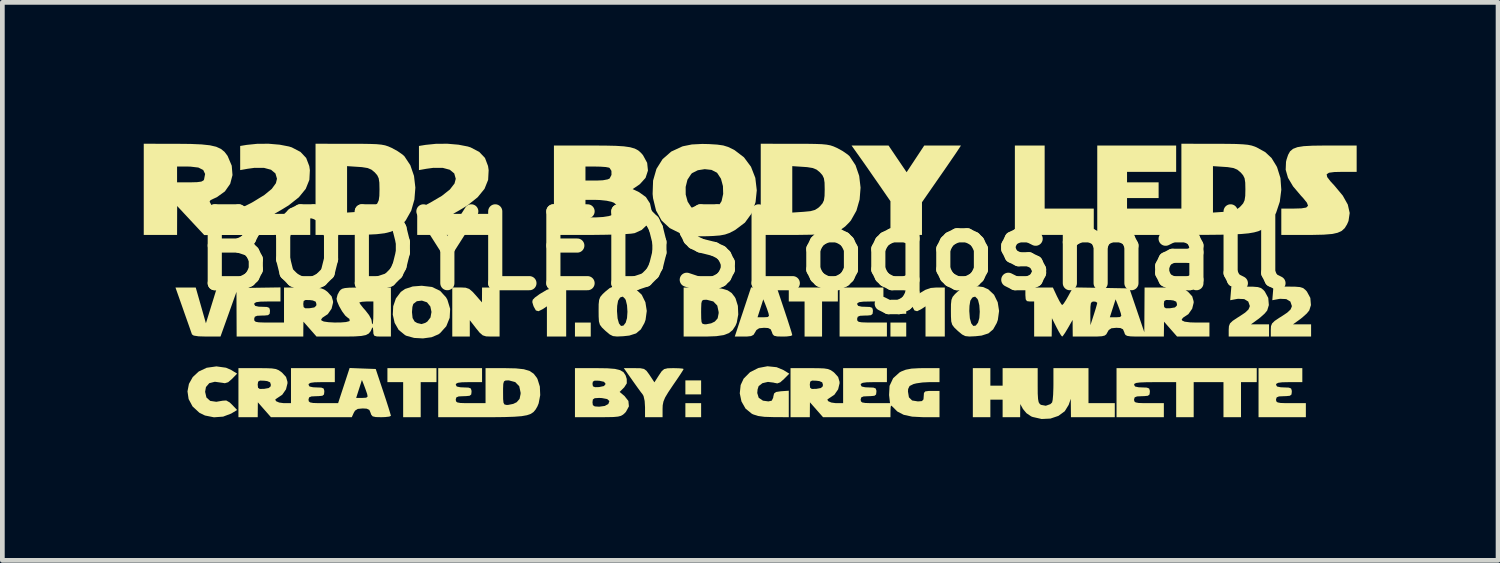
<source format=kicad_pcb>
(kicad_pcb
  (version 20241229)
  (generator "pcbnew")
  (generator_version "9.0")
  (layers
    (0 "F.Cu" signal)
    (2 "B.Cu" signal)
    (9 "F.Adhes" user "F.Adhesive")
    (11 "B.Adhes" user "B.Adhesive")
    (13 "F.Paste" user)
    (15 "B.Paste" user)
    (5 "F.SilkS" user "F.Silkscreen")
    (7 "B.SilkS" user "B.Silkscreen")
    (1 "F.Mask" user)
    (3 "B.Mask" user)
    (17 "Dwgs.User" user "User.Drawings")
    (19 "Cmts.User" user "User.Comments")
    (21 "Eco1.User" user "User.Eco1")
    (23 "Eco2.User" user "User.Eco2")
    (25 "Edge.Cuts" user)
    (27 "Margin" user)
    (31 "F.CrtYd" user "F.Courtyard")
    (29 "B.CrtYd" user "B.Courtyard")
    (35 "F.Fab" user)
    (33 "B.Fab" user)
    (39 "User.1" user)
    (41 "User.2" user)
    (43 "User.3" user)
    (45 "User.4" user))
  (footprint "BODYLEDSLogosmall"
    (layer "F.Cu")
    (at 12.719 2.269)
    (property "Reference" "BODYLEDSLogosmall" (at 0 0 0) (layer "F.SilkS") (effects (font (size 1.524 1.524) (thickness 0.3))))
    (attr board_only exclude_from_pos_files exclude_from_bom)
    (fp_poly (pts (xy -3.235 1.822) (xy -3.57 1.822) (xy -3.57 1.525) (xy -3.235 1.525)) (stroke (width 0) (type solid)) (fill yes) (layer "F.SilkS"))
    (fp_poly (pts (xy -0.893 3.049) (xy -1.227 3.049) (xy -1.227 2.752) (xy -0.893 2.752)) (stroke (width 0) (type solid)) (fill yes) (layer "F.SilkS"))
    (fp_poly (pts (xy -0.893 3.533) (xy -1.227 3.533) (xy -1.227 3.235) (xy -0.893 3.235)) (stroke (width 0) (type solid)) (fill yes) (layer "F.SilkS"))
    (fp_poly (pts (xy 3.459 1.339) (xy 3.124 1.339) (xy 3.124 1.041) (xy 3.459 1.041)) (stroke (width 0) (type solid)) (fill yes) (layer "F.SilkS"))
    (fp_poly (pts (xy 3.459 1.822) (xy 3.124 1.822) (xy 3.124 1.525) (xy 3.459 1.525)) (stroke (width 0) (type solid)) (fill yes) (layer "F.SilkS"))
    (fp_poly (pts (xy 6.396 -0.893) (xy 7.438 -0.893) (xy 7.438 -0.335) (xy 5.764 -0.335) (xy 5.764 -2.231) (xy 6.396 -2.231)) (stroke (width 0) (type solid)) (fill yes) (layer "F.SilkS"))
    (fp_poly (pts (xy -6.508 2.789) (xy -6.843 2.789) (xy -6.843 3.533) (xy -7.215 3.533) (xy -7.215 2.789) (xy -7.549 2.789) (xy -7.549 2.492) (xy -6.508 2.492)) (stroke (width 0) (type solid)) (fill yes) (layer "F.SilkS"))
    (fp_poly (pts (xy 2.008 1.078) (xy 1.673 1.078) (xy 1.673 1.822) (xy 1.302 1.822) (xy 1.302 1.078) (xy 0.967 1.078) (xy 0.967 0.781) (xy 2.008 0.781)) (stroke (width 0) (type solid)) (fill yes) (layer "F.SilkS"))
    (fp_poly (pts (xy -3.756 1.822) (xy -4.165 1.822) (xy -4.165 1.181) (xy -4.259 1.243) (xy -4.343 1.284) (xy -4.399 1.268) (xy -4.444 1.188) (xy -4.457 1.153) (xy -4.475 1.089) (xy -4.466 1.042) (xy -4.42 0.994) (xy -4.325 0.925) (xy -4.303 0.911) (xy -4.169 0.831) (xy -4.055 0.791) (xy -3.933 0.781) (xy -3.756 0.781)) (stroke (width 0) (type solid)) (fill yes) (layer "F.SilkS"))
    (fp_poly (pts (xy 4.277 1.822) (xy 3.868 1.822) (xy 3.868 1.181) (xy 3.774 1.243) (xy 3.69 1.284) (xy 3.634 1.268) (xy 3.589 1.188) (xy 3.576 1.153) (xy 3.558 1.089) (xy 3.566 1.042) (xy 3.613 0.994) (xy 3.708 0.925) (xy 3.73 0.911) (xy 3.864 0.831) (xy 3.978 0.791) (xy 4.1 0.781) (xy 4.277 0.781)) (stroke (width 0) (type solid)) (fill yes) (layer "F.SilkS"))
    (fp_poly (pts (xy -5.89 0.785) (xy -5.814 0.811) (xy -5.742 0.872) (xy -5.682 0.938) (xy -5.543 1.097) (xy -5.542 0.939) (xy -5.541 0.781) (xy -5.169 0.781) (xy -5.169 1.822) (xy -5.35 1.822) (xy -5.456 1.818) (xy -5.527 1.796) (xy -5.591 1.741) (xy -5.666 1.649) (xy -5.801 1.475) (xy -5.801 1.822) (xy -6.173 1.822) (xy -6.173 0.781) (xy -5.997 0.78)) (stroke (width 0) (type solid)) (fill yes) (layer "F.SilkS"))
    (fp_poly (pts (xy 3.275 -1.948) (xy 3.467 -1.665) (xy 3.654 -1.948) (xy 3.841 -2.231) (xy 4.62 -2.231) (xy 4.553 -2.129) (xy 4.51 -2.064) (xy 4.432 -1.951) (xy 4.331 -1.803) (xy 4.213 -1.633) (xy 4.14 -1.528) (xy 3.793 -1.028) (xy 3.793 -0.335) (xy 3.124 -0.335) (xy 3.124 -1.05) (xy 2.877 -1.408) (xy 2.757 -1.58) (xy 2.634 -1.758) (xy 2.523 -1.916) (xy 2.464 -1.999) (xy 2.299 -2.231) (xy 3.084 -2.231)) (stroke (width 0) (type solid)) (fill yes) (layer "F.SilkS"))
    (fp_poly (pts (xy 2.975 1.078) (xy 2.696 1.078) (xy 2.549 1.081) (xy 2.463 1.092) (xy 2.424 1.113) (xy 2.417 1.134) (xy 2.439 1.171) (xy 2.514 1.188) (xy 2.585 1.19) (xy 2.688 1.194) (xy 2.737 1.213) (xy 2.751 1.258) (xy 2.752 1.283) (xy 2.745 1.34) (xy 2.711 1.368) (xy 2.63 1.376) (xy 2.585 1.376) (xy 2.48 1.381) (xy 2.431 1.401) (xy 2.417 1.445) (xy 2.417 1.45) (xy 2.423 1.487) (xy 2.451 1.509) (xy 2.514 1.52) (xy 2.628 1.524) (xy 2.733 1.525) (xy 3.049 1.525) (xy 3.049 1.822) (xy 2.045 1.822) (xy 2.045 0.781) (xy 2.975 0.781)) (stroke (width 0) (type solid)) (fill yes) (layer "F.SilkS"))
    (fp_poly (pts (xy 11.863 2.789) (xy 11.584 2.789) (xy 11.437 2.792) (xy 11.351 2.803) (xy 11.312 2.824) (xy 11.305 2.845) (xy 11.327 2.882) (xy 11.402 2.898) (xy 11.473 2.901) (xy 11.576 2.905) (xy 11.625 2.924) (xy 11.639 2.969) (xy 11.64 2.994) (xy 11.633 3.051) (xy 11.599 3.078) (xy 11.518 3.086) (xy 11.473 3.087) (xy 11.368 3.092) (xy 11.319 3.112) (xy 11.305 3.156) (xy 11.305 3.161) (xy 11.311 3.197) (xy 11.339 3.219) (xy 11.402 3.231) (xy 11.516 3.235) (xy 11.622 3.235) (xy 11.938 3.235) (xy 11.938 3.533) (xy 10.934 3.533) (xy 10.934 2.492) (xy 11.863 2.492)) (stroke (width 0) (type solid)) (fill yes) (layer "F.SilkS"))
    (fp_poly (pts (xy -10.973 2.483) (xy -10.864 2.531) (xy -10.738 2.608) (xy -10.845 2.719) (xy -10.928 2.791) (xy -10.998 2.812) (xy -11.045 2.804) (xy -11.21 2.781) (xy -11.329 2.811) (xy -11.399 2.893) (xy -11.417 2.994) (xy -11.389 3.115) (xy -11.309 3.187) (xy -11.18 3.206) (xy -11.045 3.183) (xy -10.969 3.178) (xy -10.896 3.219) (xy -10.845 3.268) (xy -10.738 3.38) (xy -10.864 3.456) (xy -11.035 3.521) (xy -11.23 3.535) (xy -11.42 3.497) (xy -11.538 3.439) (xy -11.684 3.304) (xy -11.767 3.148) (xy -11.791 2.985) (xy -11.76 2.825) (xy -11.679 2.681) (xy -11.552 2.563) (xy -11.384 2.484) (xy -11.178 2.455) (xy -11.176 2.455)) (stroke (width 0) (type solid)) (fill yes) (layer "F.SilkS"))
    (fp_poly (pts (xy 10.821 0.764) (xy 10.92 0.772) (xy 10.984 0.792) (xy 11.033 0.829) (xy 11.067 0.867) (xy 11.14 1.002) (xy 11.153 1.154) (xy 11.118 1.268) (xy 11.065 1.333) (xy 10.976 1.413) (xy 10.926 1.452) (xy 10.774 1.562) (xy 11.157 1.562) (xy 11.157 1.822) (xy 10.301 1.822) (xy 10.301 1.679) (xy 10.306 1.601) (xy 10.328 1.544) (xy 10.383 1.49) (xy 10.485 1.422) (xy 10.524 1.398) (xy 10.65 1.314) (xy 10.72 1.248) (xy 10.746 1.188) (xy 10.748 1.17) (xy 10.716 1.079) (xy 10.63 1.027) (xy 10.499 1.021) (xy 10.466 1.026) (xy 10.333 1.051) (xy 10.345 0.906) (xy 10.357 0.762) (xy 10.667 0.762)) (stroke (width 0) (type solid)) (fill yes) (layer "F.SilkS"))
    (fp_poly (pts (xy 11.714 0.764) (xy 11.813 0.772) (xy 11.877 0.792) (xy 11.925 0.829) (xy 11.96 0.867) (xy 12.033 1.002) (xy 12.046 1.154) (xy 12.01 1.268) (xy 11.957 1.333) (xy 11.868 1.413) (xy 11.819 1.452) (xy 11.666 1.562) (xy 12.049 1.562) (xy 12.049 1.822) (xy 11.194 1.822) (xy 11.194 1.679) (xy 11.198 1.601) (xy 11.221 1.544) (xy 11.276 1.49) (xy 11.377 1.422) (xy 11.417 1.398) (xy 11.543 1.314) (xy 11.613 1.248) (xy 11.639 1.188) (xy 11.64 1.17) (xy 11.609 1.079) (xy 11.522 1.027) (xy 11.392 1.021) (xy 11.358 1.026) (xy 11.226 1.051) (xy 11.238 0.906) (xy 11.25 0.762) (xy 11.56 0.762)) (stroke (width 0) (type solid)) (fill yes) (layer "F.SilkS"))
    (fp_poly (pts (xy -6.041 -2.249) (xy -5.845 -2.211) (xy -5.785 -2.192) (xy -5.601 -2.096) (xy -5.479 -1.968) (xy -5.414 -1.796) (xy -5.401 -1.708) (xy -5.412 -1.503) (xy -5.489 -1.312) (xy -5.635 -1.133) (xy -5.85 -0.962) (xy -5.992 -0.875) (xy -6.155 -0.782) (xy -5.774 -0.781) (xy -5.392 -0.781) (xy -5.392 -0.335) (xy -6.917 -0.335) (xy -6.917 -0.604) (xy -6.916 -0.874) (xy -6.635 -1.022) (xy -6.393 -1.164) (xy -6.223 -1.299) (xy -6.125 -1.426) (xy -6.099 -1.526) (xy -6.131 -1.639) (xy -6.225 -1.717) (xy -6.374 -1.757) (xy -6.574 -1.758) (xy -6.722 -1.738) (xy -6.88 -1.71) (xy -6.88 -2.222) (xy -6.74 -2.245) (xy -6.515 -2.268) (xy -6.273 -2.269)) (stroke (width 0) (type solid)) (fill yes) (layer "F.SilkS"))
    (fp_poly (pts (xy -2.182 2.494) (xy -2.105 2.509) (xy -2.052 2.548) (xy -1.996 2.624) (xy -1.984 2.642) (xy -1.884 2.793) (xy -1.788 2.643) (xy -1.73 2.558) (xy -1.678 2.513) (xy -1.604 2.495) (xy -1.484 2.492) (xy -1.478 2.492) (xy -1.363 2.495) (xy -1.286 2.502) (xy -1.264 2.51) (xy -1.284 2.547) (xy -1.338 2.631) (xy -1.417 2.748) (xy -1.488 2.851) (xy -1.59 3.003) (xy -1.656 3.113) (xy -1.692 3.199) (xy -1.708 3.28) (xy -1.711 3.353) (xy -1.711 3.533) (xy -2.083 3.533) (xy -2.083 3.322) (xy -2.091 3.189) (xy -2.114 3.086) (xy -2.132 3.052) (xy -2.176 2.995) (xy -2.248 2.896) (xy -2.335 2.774) (xy -2.357 2.743) (xy -2.533 2.492) (xy -2.308 2.492)) (stroke (width 0) (type solid)) (fill yes) (layer "F.SilkS"))
    (fp_poly (pts (xy 0.709 2.472) (xy 0.852 2.532) (xy 0.978 2.609) (xy 0.865 2.723) (xy 0.786 2.793) (xy 0.724 2.816) (xy 0.652 2.802) (xy 0.645 2.799) (xy 0.524 2.784) (xy 0.408 2.811) (xy 0.328 2.873) (xy 0.327 2.875) (xy 0.305 2.944) (xy 0.298 3.02) (xy 0.329 3.121) (xy 0.419 3.182) (xy 0.534 3.198) (xy 0.606 3.182) (xy 0.636 3.119) (xy 0.639 3.096) (xy 0.655 3.03) (xy 0.697 2.998) (xy 0.789 2.984) (xy 0.809 2.982) (xy 0.967 2.971) (xy 0.967 3.533) (xy 0.642 3.531) (xy 0.451 3.525) (xy 0.315 3.507) (xy 0.21 3.473) (xy 0.182 3.459) (xy 0.049 3.35) (xy -0.037 3.199) (xy -0.073 3.026) (xy -0.054 2.85) (xy 0.009 2.715) (xy 0.145 2.578) (xy 0.32 2.489) (xy 0.515 2.452)) (stroke (width 0) (type solid)) (fill yes) (layer "F.SilkS"))
    (fp_poly (pts (xy 0.443 0.789) (xy 0.719 0.8) (xy 0.88 1.282) (xy 0.939 1.46) (xy 0.988 1.613) (xy 1.024 1.727) (xy 1.04 1.788) (xy 1.041 1.793) (xy 1.008 1.809) (xy 0.921 1.82) (xy 0.837 1.822) (xy 0.719 1.819) (xy 0.654 1.804) (xy 0.623 1.769) (xy 0.61 1.729) (xy 0.583 1.668) (xy 0.528 1.641) (xy 0.441 1.636) (xy 0.338 1.646) (xy 0.28 1.684) (xy 0.254 1.729) (xy 0.219 1.785) (xy 0.167 1.812) (xy 0.073 1.822) (xy 0.016 1.822) (xy -0.179 1.822) (xy -0.044 1.413) (xy 0.304 1.413) (xy 0.434 1.413) (xy 0.519 1.408) (xy 0.547 1.383) (xy 0.537 1.33) (xy 0.504 1.231) (xy 0.469 1.139) (xy 0.426 1.032) (xy 0.365 1.223) (xy 0.304 1.413) (xy -0.044 1.413) (xy -0.006 1.3) (xy 0.167 0.778)) (stroke (width 0) (type solid)) (fill yes) (layer "F.SilkS"))
    (fp_poly (pts (xy 10.896 2.789) (xy 10.562 2.789) (xy 10.562 3.533) (xy 10.19 3.533) (xy 10.19 2.789) (xy 9.558 2.789) (xy 9.558 3.533) (xy 9.186 3.533) (xy 9.186 2.789) (xy 8.739 2.789) (xy 8.547 2.791) (xy 8.418 2.796) (xy 8.34 2.806) (xy 8.302 2.823) (xy 8.293 2.845) (xy 8.315 2.882) (xy 8.389 2.898) (xy 8.46 2.901) (xy 8.564 2.905) (xy 8.613 2.924) (xy 8.627 2.969) (xy 8.628 2.994) (xy 8.621 3.051) (xy 8.587 3.078) (xy 8.506 3.086) (xy 8.46 3.087) (xy 8.356 3.092) (xy 8.306 3.112) (xy 8.293 3.156) (xy 8.293 3.161) (xy 8.299 3.197) (xy 8.326 3.219) (xy 8.39 3.231) (xy 8.504 3.235) (xy 8.609 3.235) (xy 8.925 3.235) (xy 8.925 3.533) (xy 7.921 3.533) (xy 7.921 2.492) (xy 10.896 2.492)) (stroke (width 0) (type solid)) (fill yes) (layer "F.SilkS"))
    (fp_poly (pts (xy -0.623 0.786) (xy -0.453 0.805) (xy -0.33 0.841) (xy -0.243 0.9) (xy -0.178 0.985) (xy -0.162 1.014) (xy -0.113 1.171) (xy -0.105 1.354) (xy -0.137 1.528) (xy -0.164 1.592) (xy -0.224 1.684) (xy -0.304 1.749) (xy -0.416 1.791) (xy -0.573 1.814) (xy -0.787 1.822) (xy -0.853 1.822) (xy -1.264 1.822) (xy -1.264 1.302) (xy -0.893 1.302) (xy -0.891 1.438) (xy -0.884 1.515) (xy -0.863 1.551) (xy -0.823 1.561) (xy -0.789 1.562) (xy -0.679 1.541) (xy -0.603 1.504) (xy -0.542 1.435) (xy -0.521 1.327) (xy -0.521 1.302) (xy -0.55 1.165) (xy -0.634 1.077) (xy -0.77 1.042) (xy -0.789 1.041) (xy -0.843 1.044) (xy -0.874 1.063) (xy -0.888 1.115) (xy -0.892 1.216) (xy -0.893 1.302) (xy -1.264 1.302) (xy -1.264 0.781) (xy -0.853 0.781)) (stroke (width 0) (type solid)) (fill yes) (layer "F.SilkS"))
    (fp_poly (pts (xy -6.602 0.77) (xy -6.431 0.852) (xy -6.305 0.99) (xy -6.276 1.042) (xy -6.218 1.233) (xy -6.228 1.425) (xy -6.3 1.603) (xy -6.431 1.749) (xy -6.467 1.775) (xy -6.612 1.836) (xy -6.794 1.861) (xy -6.982 1.851) (xy -7.148 1.805) (xy -7.175 1.791) (xy -7.31 1.681) (xy -7.396 1.531) (xy -7.435 1.358) (xy -7.432 1.302) (xy -7.028 1.302) (xy -7.015 1.429) (xy -6.972 1.503) (xy -6.917 1.535) (xy -6.825 1.557) (xy -6.746 1.532) (xy -6.702 1.504) (xy -6.635 1.417) (xy -6.614 1.3) (xy -6.638 1.184) (xy -6.708 1.097) (xy -6.711 1.095) (xy -6.817 1.059) (xy -6.925 1.072) (xy -7 1.13) (xy -7.019 1.193) (xy -7.027 1.292) (xy -7.028 1.302) (xy -7.432 1.302) (xy -7.426 1.179) (xy -7.369 1.013) (xy -7.265 0.875) (xy -7.175 0.812) (xy -7.012 0.759) (xy -6.821 0.744)) (stroke (width 0) (type solid)) (fill yes) (layer "F.SilkS"))
    (fp_poly (pts (xy 5.244 2.864) (xy 5.504 2.864) (xy 5.504 2.492) (xy 6.248 2.492) (xy 6.248 2.862) (xy 6.249 3.034) (xy 6.256 3.147) (xy 6.269 3.215) (xy 6.293 3.253) (xy 6.319 3.271) (xy 6.42 3.29) (xy 6.517 3.256) (xy 6.554 3.22) (xy 6.566 3.167) (xy 6.576 3.058) (xy 6.581 2.914) (xy 6.582 2.836) (xy 6.582 2.492) (xy 7.326 2.492) (xy 7.326 3.235) (xy 7.884 3.235) (xy 7.884 3.533) (xy 6.954 3.533) (xy 6.95 3.142) (xy 6.906 3.271) (xy 6.822 3.407) (xy 6.688 3.505) (xy 6.519 3.562) (xy 6.332 3.571) (xy 6.142 3.528) (xy 6.111 3.516) (xy 6.01 3.448) (xy 5.936 3.359) (xy 5.879 3.254) (xy 5.877 3.393) (xy 5.876 3.533) (xy 5.504 3.533) (xy 5.504 3.161) (xy 5.244 3.161) (xy 5.244 3.533) (xy 4.872 3.533) (xy 4.872 2.492) (xy 5.244 2.492)) (stroke (width 0) (type solid)) (fill yes) (layer "F.SilkS"))
    (fp_poly (pts (xy 13.016 -1.673) (xy 12.728 -1.673) (xy 12.543 -1.669) (xy 12.428 -1.654) (xy 12.379 -1.621) (xy 12.391 -1.562) (xy 12.46 -1.472) (xy 12.545 -1.38) (xy 12.721 -1.169) (xy 12.828 -0.978) (xy 12.868 -0.8) (xy 12.843 -0.63) (xy 12.811 -0.557) (xy 12.762 -0.478) (xy 12.699 -0.42) (xy 12.611 -0.38) (xy 12.488 -0.354) (xy 12.317 -0.34) (xy 12.088 -0.335) (xy 11.977 -0.335) (xy 11.417 -0.335) (xy 11.417 -0.893) (xy 11.668 -0.893) (xy 11.842 -0.898) (xy 11.945 -0.915) (xy 11.984 -0.953) (xy 11.961 -1.017) (xy 11.882 -1.115) (xy 11.838 -1.162) (xy 11.667 -1.364) (xy 11.559 -1.546) (xy 11.51 -1.717) (xy 11.517 -1.886) (xy 11.528 -1.933) (xy 11.561 -2.033) (xy 11.603 -2.108) (xy 11.666 -2.161) (xy 11.76 -2.197) (xy 11.894 -2.218) (xy 12.081 -2.228) (xy 12.329 -2.231) (xy 12.389 -2.231) (xy 13.016 -2.231)) (stroke (width 0) (type solid)) (fill yes) (layer "F.SilkS"))
    (fp_poly (pts (xy -2.387 0.771) (xy -2.276 0.819) (xy -2.153 0.935) (xy -2.075 1.094) (xy -2.046 1.278) (xy -2.072 1.468) (xy -2.096 1.535) (xy -2.172 1.67) (xy -2.273 1.755) (xy -2.417 1.801) (xy -2.546 1.815) (xy -2.677 1.821) (xy -2.763 1.812) (xy -2.831 1.778) (xy -2.91 1.712) (xy -2.925 1.699) (xy -2.997 1.63) (xy -3.04 1.572) (xy -3.061 1.502) (xy -3.067 1.398) (xy -3.068 1.283) (xy -3.068 1.28) (xy -2.678 1.28) (xy -2.666 1.435) (xy -2.636 1.543) (xy -2.593 1.597) (xy -2.541 1.589) (xy -2.493 1.527) (xy -2.465 1.429) (xy -2.456 1.296) (xy -2.465 1.159) (xy -2.491 1.051) (xy -2.506 1.022) (xy -2.554 0.975) (xy -2.602 0.988) (xy -2.618 1.001) (xy -2.655 1.061) (xy -2.674 1.17) (xy -2.678 1.28) (xy -3.068 1.28) (xy -3.067 1.138) (xy -3.057 1.044) (xy -3.032 0.98) (xy -2.983 0.922) (xy -2.929 0.871) (xy -2.833 0.793) (xy -2.746 0.755) (xy -2.63 0.744) (xy -2.594 0.744)) (stroke (width 0) (type solid)) (fill yes) (layer "F.SilkS"))
    (fp_poly (pts (xy 5.088 0.771) (xy 5.199 0.819) (xy 5.322 0.935) (xy 5.4 1.094) (xy 5.429 1.278) (xy 5.403 1.468) (xy 5.379 1.535) (xy 5.303 1.67) (xy 5.202 1.755) (xy 5.058 1.801) (xy 4.929 1.815) (xy 4.798 1.821) (xy 4.712 1.812) (xy 4.644 1.778) (xy 4.565 1.712) (xy 4.55 1.699) (xy 4.478 1.63) (xy 4.435 1.572) (xy 4.414 1.502) (xy 4.408 1.398) (xy 4.407 1.283) (xy 4.407 1.28) (xy 4.797 1.28) (xy 4.809 1.435) (xy 4.839 1.543) (xy 4.882 1.597) (xy 4.934 1.589) (xy 4.982 1.527) (xy 5.01 1.429) (xy 5.019 1.296) (xy 5.01 1.159) (xy 4.984 1.051) (xy 4.969 1.022) (xy 4.921 0.975) (xy 4.873 0.988) (xy 4.857 1.001) (xy 4.819 1.061) (xy 4.801 1.17) (xy 4.797 1.28) (xy 4.407 1.28) (xy 4.408 1.138) (xy 4.418 1.044) (xy 4.443 0.98) (xy 4.492 0.922) (xy 4.546 0.871) (xy 4.642 0.793) (xy 4.729 0.755) (xy 4.845 0.744) (xy 4.88 0.744)) (stroke (width 0) (type solid)) (fill yes) (layer "F.SilkS"))
    (fp_poly (pts (xy -8.358 -2.268) (xy -8.108 -2.268) (xy -7.919 -2.265) (xy -7.78 -2.26) (xy -7.677 -2.25) (xy -7.598 -2.235) (xy -7.531 -2.213) (xy -7.463 -2.183) (xy -7.456 -2.18) (xy -7.334 -2.113) (xy -7.229 -2.04) (xy -7.189 -2.004) (xy -7.063 -1.814) (xy -6.985 -1.587) (xy -6.956 -1.338) (xy -6.976 -1.086) (xy -7.044 -0.849) (xy -7.16 -0.643) (xy -7.2 -0.596) (xy -7.283 -0.513) (xy -7.371 -0.45) (xy -7.475 -0.403) (xy -7.607 -0.37) (xy -7.776 -0.35) (xy -7.995 -0.339) (xy -8.273 -0.335) (xy -8.374 -0.335) (xy -9.074 -0.335) (xy -9.074 -1.794) (xy -8.405 -1.794) (xy -8.405 -0.809) (xy -8.162 -0.825) (xy -8.018 -0.839) (xy -7.923 -0.865) (xy -7.85 -0.912) (xy -7.818 -0.942) (xy -7.763 -1.004) (xy -7.733 -1.07) (xy -7.72 -1.163) (xy -7.717 -1.302) (xy -7.72 -1.444) (xy -7.734 -1.536) (xy -7.765 -1.601) (xy -7.818 -1.662) (xy -7.889 -1.72) (xy -7.971 -1.754) (xy -8.09 -1.773) (xy -8.162 -1.778) (xy -8.405 -1.794) (xy -9.074 -1.794) (xy -9.074 -2.269)) (stroke (width 0) (type solid)) (fill yes) (layer "F.SilkS"))
    (fp_poly (pts (xy 1.088 -2.268) (xy 1.338 -2.268) (xy 1.527 -2.265) (xy 1.666 -2.26) (xy 1.769 -2.25) (xy 1.848 -2.235) (xy 1.915 -2.213) (xy 1.983 -2.183) (xy 1.99 -2.18) (xy 2.112 -2.113) (xy 2.217 -2.04) (xy 2.257 -2.004) (xy 2.383 -1.814) (xy 2.461 -1.587) (xy 2.49 -1.338) (xy 2.47 -1.086) (xy 2.402 -0.849) (xy 2.286 -0.643) (xy 2.246 -0.596) (xy 2.163 -0.513) (xy 2.075 -0.45) (xy 1.971 -0.403) (xy 1.839 -0.37) (xy 1.67 -0.35) (xy 1.451 -0.339) (xy 1.173 -0.335) (xy 1.072 -0.335) (xy 0.372 -0.335) (xy 0.372 -1.794) (xy 1.041 -1.794) (xy 1.041 -0.809) (xy 1.284 -0.825) (xy 1.428 -0.839) (xy 1.523 -0.865) (xy 1.596 -0.912) (xy 1.628 -0.942) (xy 1.682 -1.004) (xy 1.713 -1.07) (xy 1.726 -1.163) (xy 1.729 -1.302) (xy 1.726 -1.444) (xy 1.712 -1.536) (xy 1.681 -1.601) (xy 1.628 -1.662) (xy 1.557 -1.72) (xy 1.475 -1.754) (xy 1.356 -1.773) (xy 1.284 -1.778) (xy 1.041 -1.794) (xy 0.372 -1.794) (xy 0.372 -2.269)) (stroke (width 0) (type solid)) (fill yes) (layer "F.SilkS"))
    (fp_poly (pts (xy -2.884 2.495) (xy -2.722 2.508) (xy -2.611 2.535) (xy -2.539 2.579) (xy -2.495 2.646) (xy -2.471 2.722) (xy -2.47 2.815) (xy -2.525 2.9) (xy -2.535 2.91) (xy -2.622 2.997) (xy -2.52 3.082) (xy -2.436 3.188) (xy -2.425 3.303) (xy -2.488 3.419) (xy -2.509 3.442) (xy -2.55 3.479) (xy -2.594 3.504) (xy -2.656 3.52) (xy -2.75 3.529) (xy -2.891 3.532) (xy -3.085 3.533) (xy -3.57 3.533) (xy -3.57 3.217) (xy -3.198 3.217) (xy -3.19 3.277) (xy -3.15 3.304) (xy -3.059 3.31) (xy -3.054 3.31) (xy -2.937 3.294) (xy -2.862 3.252) (xy -2.861 3.251) (xy -2.839 3.19) (xy -2.886 3.148) (xy -2.998 3.127) (xy -3.059 3.124) (xy -3.151 3.13) (xy -3.19 3.157) (xy -3.198 3.217) (xy -3.57 3.217) (xy -3.57 2.826) (xy -3.198 2.826) (xy -3.188 2.878) (xy -3.144 2.896) (xy -3.059 2.894) (xy -2.955 2.872) (xy -2.919 2.828) (xy -2.919 2.826) (xy -2.953 2.782) (xy -3.056 2.759) (xy -3.059 2.759) (xy -3.151 2.757) (xy -3.19 2.779) (xy -3.198 2.826) (xy -3.57 2.826) (xy -3.57 2.492) (xy -3.109 2.492)) (stroke (width 0) (type solid)) (fill yes) (layer "F.SilkS"))
    (fp_poly (pts (xy -0.727 -2.262) (xy -0.551 -2.251) (xy -0.424 -2.233) (xy -0.32 -2.201) (xy -0.212 -2.149) (xy -0.184 -2.134) (xy 0.016 -1.981) (xy 0.165 -1.781) (xy 0.257 -1.545) (xy 0.288 -1.281) (xy 0.262 -1.03) (xy 0.179 -0.791) (xy 0.036 -0.595) (xy -0.168 -0.441) (xy -0.189 -0.429) (xy -0.292 -0.376) (xy -0.387 -0.343) (xy -0.495 -0.323) (xy -0.64 -0.312) (xy -0.762 -0.307) (xy -0.966 -0.305) (xy -1.119 -0.315) (xy -1.246 -0.339) (xy -1.332 -0.366) (xy -1.56 -0.48) (xy -1.732 -0.641) (xy -1.849 -0.851) (xy -1.913 -1.113) (xy -1.922 -1.204) (xy -1.917 -1.353) (xy -1.221 -1.353) (xy -1.22 -1.191) (xy -1.179 -1.041) (xy -1.103 -0.923) (xy -1.028 -0.87) (xy -0.881 -0.836) (xy -0.721 -0.847) (xy -0.581 -0.9) (xy -0.533 -0.936) (xy -0.459 -1.051) (xy -0.425 -1.204) (xy -0.43 -1.371) (xy -0.472 -1.527) (xy -0.551 -1.648) (xy -0.559 -1.656) (xy -0.672 -1.714) (xy -0.816 -1.73) (xy -0.963 -1.707) (xy -1.084 -1.646) (xy -1.102 -1.629) (xy -1.183 -1.506) (xy -1.221 -1.353) (xy -1.917 -1.353) (xy -1.912 -1.488) (xy -1.841 -1.735) (xy -1.711 -1.942) (xy -1.527 -2.103) (xy -1.292 -2.212) (xy -1.269 -2.218) (xy -1.089 -2.254) (xy -0.869 -2.265)) (stroke (width 0) (type solid)) (fill yes) (layer "F.SilkS"))
    (fp_poly (pts (xy -2.939 -2.23) (xy -2.708 -2.225) (xy -2.532 -2.214) (xy -2.4 -2.195) (xy -2.302 -2.167) (xy -2.228 -2.128) (xy -2.168 -2.075) (xy -2.127 -2.028) (xy -2.038 -1.864) (xy -2.021 -1.7) (xy -2.072 -1.545) (xy -2.192 -1.412) (xy -2.224 -1.389) (xy -2.346 -1.307) (xy -2.21 -1.242) (xy -2.066 -1.139) (xy -1.978 -1.004) (xy -1.944 -0.852) (xy -1.963 -0.697) (xy -2.033 -0.555) (xy -2.154 -0.44) (xy -2.304 -0.372) (xy -2.38 -0.361) (xy -2.518 -0.351) (xy -2.703 -0.343) (xy -2.922 -0.338) (xy -3.163 -0.335) (xy -3.226 -0.335) (xy -4.016 -0.335) (xy -4.016 -0.707) (xy -3.347 -0.707) (xy -3.115 -0.707) (xy -2.974 -0.715) (xy -2.852 -0.734) (xy -2.789 -0.754) (xy -2.708 -0.831) (xy -2.685 -0.898) (xy -2.69 -0.971) (xy -2.74 -1.016) (xy -2.793 -1.037) (xy -2.898 -1.06) (xy -3.039 -1.075) (xy -3.129 -1.078) (xy -3.347 -1.078) (xy -3.347 -0.707) (xy -4.016 -0.707) (xy -4.016 -1.488) (xy -3.347 -1.488) (xy -3.113 -1.488) (xy -2.978 -1.494) (xy -2.876 -1.513) (xy -2.834 -1.532) (xy -2.795 -1.608) (xy -2.796 -1.694) (xy -2.835 -1.755) (xy -2.848 -1.762) (xy -2.916 -1.775) (xy -3.03 -1.783) (xy -3.127 -1.785) (xy -3.347 -1.785) (xy -3.347 -1.488) (xy -4.016 -1.488) (xy -4.016 -2.231) (xy -3.234 -2.231)) (stroke (width 0) (type solid)) (fill yes) (layer "F.SilkS"))
    (fp_poly (pts (xy 10.013 -2.268) (xy 10.267 -2.267) (xy 10.459 -2.264) (xy 10.602 -2.257) (xy 10.707 -2.247) (xy 10.787 -2.231) (xy 10.854 -2.209) (xy 10.896 -2.191) (xy 11.078 -2.09) (xy 11.21 -1.966) (xy 11.315 -1.795) (xy 11.329 -1.766) (xy 11.399 -1.541) (xy 11.417 -1.292) (xy 11.385 -1.039) (xy 11.307 -0.805) (xy 11.185 -0.611) (xy 11.171 -0.596) (xy 11.116 -0.536) (xy 11.062 -0.487) (xy 11.002 -0.446) (xy 10.93 -0.413) (xy 10.838 -0.388) (xy 10.72 -0.368) (xy 10.568 -0.354) (xy 10.376 -0.345) (xy 10.137 -0.339) (xy 9.844 -0.336) (xy 9.49 -0.335) (xy 9.105 -0.335) (xy 7.512 -0.335) (xy 7.512 -2.231) (xy 9.186 -2.231) (xy 9.186 -1.673) (xy 8.144 -1.673) (xy 8.144 -1.45) (xy 8.814 -1.45) (xy 8.814 -1.116) (xy 8.144 -1.116) (xy 8.144 -0.893) (xy 9.297 -0.893) (xy 9.297 -1.794) (xy 9.967 -1.794) (xy 9.967 -0.809) (xy 10.209 -0.825) (xy 10.353 -0.839) (xy 10.449 -0.865) (xy 10.521 -0.912) (xy 10.553 -0.942) (xy 10.608 -1.004) (xy 10.638 -1.07) (xy 10.652 -1.163) (xy 10.655 -1.302) (xy 10.652 -1.444) (xy 10.638 -1.536) (xy 10.606 -1.601) (xy 10.553 -1.662) (xy 10.482 -1.72) (xy 10.4 -1.754) (xy 10.281 -1.773) (xy 10.209 -1.778) (xy 9.967 -1.794) (xy 9.297 -1.794) (xy 9.297 -2.269)) (stroke (width 0) (type solid)) (fill yes) (layer "F.SilkS"))
    (fp_poly (pts (xy -5.541 2.789) (xy -5.82 2.789) (xy -5.967 2.792) (xy -6.054 2.803) (xy -6.093 2.824) (xy -6.099 2.845) (xy -6.077 2.882) (xy -6.003 2.898) (xy -5.932 2.901) (xy -5.828 2.905) (xy -5.779 2.924) (xy -5.765 2.969) (xy -5.764 2.994) (xy -5.771 3.051) (xy -5.805 3.078) (xy -5.886 3.086) (xy -5.932 3.087) (xy -6.036 3.092) (xy -6.086 3.112) (xy -6.099 3.156) (xy -6.099 3.161) (xy -6.093 3.197) (xy -6.066 3.219) (xy -6.002 3.231) (xy -5.889 3.235) (xy -5.783 3.235) (xy -5.467 3.235) (xy -5.467 3.012) (xy -5.095 3.012) (xy -5.094 3.148) (xy -5.086 3.226) (xy -5.066 3.262) (xy -5.026 3.272) (xy -4.992 3.273) (xy -4.881 3.251) (xy -4.806 3.215) (xy -4.745 3.145) (xy -4.723 3.038) (xy -4.723 3.012) (xy -4.752 2.876) (xy -4.837 2.788) (xy -4.972 2.752) (xy -4.992 2.752) (xy -5.046 2.755) (xy -5.076 2.774) (xy -5.091 2.826) (xy -5.095 2.926) (xy -5.095 3.012) (xy -5.467 3.012) (xy -5.467 2.492) (xy -5.056 2.492) (xy -4.825 2.497) (xy -4.655 2.515) (xy -4.533 2.552) (xy -4.446 2.61) (xy -4.38 2.695) (xy -4.364 2.725) (xy -4.315 2.882) (xy -4.307 3.065) (xy -4.34 3.239) (xy -4.366 3.303) (xy -4.404 3.369) (xy -4.448 3.422) (xy -4.506 3.462) (xy -4.588 3.491) (xy -4.702 3.511) (xy -4.857 3.523) (xy -5.062 3.53) (xy -5.326 3.533) (xy -5.558 3.533) (xy -6.471 3.533) (xy -6.471 2.492) (xy -5.541 2.492)) (stroke (width 0) (type solid)) (fill yes) (layer "F.SilkS"))
    (fp_poly (pts (xy -9.834 -2.249) (xy -9.638 -2.211) (xy -9.578 -2.192) (xy -9.394 -2.096) (xy -9.273 -1.968) (xy -9.207 -1.796) (xy -9.194 -1.708) (xy -9.205 -1.503) (xy -9.282 -1.312) (xy -9.428 -1.133) (xy -9.644 -0.962) (xy -9.786 -0.875) (xy -9.948 -0.782) (xy -9.567 -0.781) (xy -9.186 -0.781) (xy -9.186 -0.335) (xy -10.311 -0.333) (xy -11.436 -0.332) (xy -11.723 -0.64) (xy -12.01 -0.948) (xy -12.011 -0.642) (xy -12.012 -0.335) (xy -12.719 -0.335) (xy -12.719 -1.45) (xy -12.012 -1.45) (xy -11.737 -1.45) (xy -11.587 -1.454) (xy -11.497 -1.466) (xy -11.451 -1.491) (xy -11.44 -1.509) (xy -11.417 -1.628) (xy -11.457 -1.712) (xy -11.56 -1.764) (xy -11.729 -1.784) (xy -11.773 -1.785) (xy -12.012 -1.785) (xy -12.012 -1.45) (xy -12.719 -1.45) (xy -12.719 -2.269) (xy -12.021 -2.268) (xy -11.725 -2.265) (xy -11.493 -2.255) (xy -11.315 -2.236) (xy -11.181 -2.205) (xy -11.081 -2.159) (xy -11.006 -2.098) (xy -10.944 -2.017) (xy -10.937 -2.004) (xy -10.852 -1.803) (xy -10.836 -1.604) (xy -10.885 -1.418) (xy -10.997 -1.258) (xy -11.166 -1.136) (xy -11.223 -1.11) (xy -11.302 -1.073) (xy -11.322 -1.04) (xy -11.293 -0.987) (xy -11.286 -0.976) (xy -11.247 -0.933) (xy -11.195 -0.908) (xy -11.11 -0.896) (xy -10.973 -0.893) (xy -10.941 -0.893) (xy -10.789 -0.896) (xy -10.677 -0.912) (xy -10.572 -0.946) (xy -10.446 -1.009) (xy -10.389 -1.041) (xy -10.16 -1.182) (xy -10.003 -1.311) (xy -9.915 -1.432) (xy -9.892 -1.527) (xy -9.925 -1.639) (xy -10.018 -1.717) (xy -10.167 -1.757) (xy -10.367 -1.758) (xy -10.515 -1.738) (xy -10.673 -1.71) (xy -10.673 -2.222) (xy -10.534 -2.245) (xy -10.309 -2.268) (xy -10.067 -2.269)) (stroke (width 0) (type solid)) (fill yes) (layer "F.SilkS"))
    (fp_poly (pts (xy -8.074 2.5) (xy -7.797 2.51) (xy -7.636 2.993) (xy -7.577 3.171) (xy -7.528 3.324) (xy -7.493 3.438) (xy -7.476 3.498) (xy -7.475 3.504) (xy -7.509 3.52) (xy -7.595 3.53) (xy -7.679 3.533) (xy -7.797 3.53) (xy -7.862 3.515) (xy -7.893 3.479) (xy -7.906 3.44) (xy -7.933 3.378) (xy -7.988 3.352) (xy -8.075 3.347) (xy -8.178 3.357) (xy -8.236 3.394) (xy -8.263 3.44) (xy -8.305 3.533) (xy -10.02 3.533) (xy -10.159 3.375) (xy -10.298 3.217) (xy -10.301 3.533) (xy -10.71 3.533) (xy -10.71 2.845) (xy -10.301 2.845) (xy -10.294 2.908) (xy -10.259 2.933) (xy -10.174 2.932) (xy -10.162 2.931) (xy -10.067 2.914) (xy -10.027 2.879) (xy -10.022 2.845) (xy -10.038 2.793) (xy -10.099 2.767) (xy -10.162 2.759) (xy -10.253 2.756) (xy -10.292 2.778) (xy -10.301 2.837) (xy -10.301 2.845) (xy -10.71 2.845) (xy -10.71 2.492) (xy -10.304 2.492) (xy -10.123 2.493) (xy -10 2.498) (xy -9.916 2.511) (xy -9.857 2.535) (xy -9.803 2.572) (xy -9.784 2.588) (xy -9.7 2.679) (xy -9.67 2.781) (xy -9.669 2.813) (xy -9.701 2.942) (xy -9.781 3.057) (xy -9.889 3.129) (xy -9.892 3.13) (xy -9.93 3.16) (xy -9.91 3.194) (xy -9.845 3.222) (xy -9.749 3.235) (xy -9.741 3.235) (xy -9.595 3.235) (xy -9.595 2.492) (xy -8.665 2.492) (xy -8.665 2.789) (xy -8.944 2.789) (xy -9.091 2.792) (xy -9.177 2.803) (xy -9.216 2.824) (xy -9.223 2.845) (xy -9.201 2.882) (xy -9.126 2.898) (xy -9.055 2.901) (xy -8.952 2.905) (xy -8.903 2.924) (xy -8.889 2.969) (xy -8.888 2.994) (xy -8.895 3.051) (xy -8.929 3.078) (xy -9.01 3.086) (xy -9.055 3.087) (xy -9.16 3.092) (xy -9.21 3.112) (xy -9.223 3.156) (xy -9.223 3.161) (xy -9.217 3.197) (xy -9.189 3.219) (xy -9.126 3.231) (xy -9.011 3.235) (xy -8.909 3.235) (xy -8.595 3.235) (xy -8.559 3.124) (xy -8.212 3.124) (xy -8.083 3.124) (xy -7.998 3.119) (xy -7.969 3.094) (xy -7.979 3.04) (xy -8.013 2.942) (xy -8.047 2.85) (xy -8.09 2.743) (xy -8.151 2.933) (xy -8.212 3.124) (xy -8.559 3.124) (xy -8.473 2.862) (xy -8.351 2.489)) (stroke (width 0) (type solid)) (fill yes) (layer "F.SilkS"))
    (fp_poly (pts (xy 1.591 2.493) (xy 1.715 2.498) (xy 1.798 2.511) (xy 1.858 2.535) (xy 1.912 2.572) (xy 1.931 2.588) (xy 2.014 2.679) (xy 2.044 2.781) (xy 2.045 2.813) (xy 2.014 2.942) (xy 1.934 3.057) (xy 1.826 3.129) (xy 1.823 3.13) (xy 1.784 3.16) (xy 1.805 3.194) (xy 1.87 3.222) (xy 1.965 3.235) (xy 1.973 3.235) (xy 2.12 3.235) (xy 2.12 2.492) (xy 3.049 2.492) (xy 3.049 2.789) (xy 2.771 2.789) (xy 2.623 2.792) (xy 2.537 2.803) (xy 2.498 2.824) (xy 2.492 2.845) (xy 2.514 2.882) (xy 2.588 2.898) (xy 2.659 2.901) (xy 2.762 2.905) (xy 2.811 2.924) (xy 2.826 2.969) (xy 2.826 2.994) (xy 2.819 3.051) (xy 2.785 3.078) (xy 2.704 3.086) (xy 2.659 3.087) (xy 2.554 3.092) (xy 2.505 3.112) (xy 2.492 3.156) (xy 2.492 3.161) (xy 2.498 3.197) (xy 2.525 3.22) (xy 2.589 3.231) (xy 2.704 3.235) (xy 2.803 3.235) (xy 3.115 3.235) (xy 3.095 3.063) (xy 3.105 2.868) (xy 3.181 2.706) (xy 3.317 2.583) (xy 3.353 2.563) (xy 3.45 2.525) (xy 3.571 2.502) (xy 3.734 2.493) (xy 3.829 2.492) (xy 4.165 2.492) (xy 4.165 2.789) (xy 3.948 2.789) (xy 3.805 2.796) (xy 3.673 2.815) (xy 3.613 2.83) (xy 3.53 2.871) (xy 3.499 2.935) (xy 3.496 2.99) (xy 3.516 3.111) (xy 3.584 3.178) (xy 3.707 3.198) (xy 3.708 3.198) (xy 3.792 3.191) (xy 3.825 3.155) (xy 3.83 3.087) (xy 3.835 3.018) (xy 3.863 2.986) (xy 3.935 2.976) (xy 3.998 2.975) (xy 4.165 2.975) (xy 4.165 3.533) (xy 3.821 3.533) (xy 3.584 3.521) (xy 3.405 3.482) (xy 3.27 3.412) (xy 3.172 3.314) (xy 3.142 3.286) (xy 3.129 3.311) (xy 3.125 3.393) (xy 3.124 3.533) (xy 1.694 3.533) (xy 1.555 3.375) (xy 1.416 3.217) (xy 1.413 3.533) (xy 1.004 3.533) (xy 1.004 2.845) (xy 1.413 2.845) (xy 1.42 2.908) (xy 1.455 2.933) (xy 1.541 2.932) (xy 1.553 2.931) (xy 1.648 2.914) (xy 1.687 2.879) (xy 1.692 2.845) (xy 1.676 2.793) (xy 1.616 2.767) (xy 1.553 2.759) (xy 1.461 2.756) (xy 1.422 2.778) (xy 1.413 2.837) (xy 1.413 2.845) (xy 1.004 2.845) (xy 1.004 2.492) (xy 1.41 2.492)) (stroke (width 0) (type solid)) (fill yes) (layer "F.SilkS"))
    (fp_poly (pts (xy 7.596 0.789) (xy 8.194 0.8) (xy 8.352 1.264) (xy 8.51 1.729) (xy 8.514 1.134) (xy 8.925 1.134) (xy 8.932 1.197) (xy 8.968 1.222) (xy 9.053 1.221) (xy 9.065 1.22) (xy 9.16 1.204) (xy 9.199 1.168) (xy 9.204 1.134) (xy 9.188 1.082) (xy 9.128 1.056) (xy 9.065 1.048) (xy 8.973 1.046) (xy 8.934 1.067) (xy 8.925 1.126) (xy 8.925 1.134) (xy 8.514 1.134) (xy 8.516 0.781) (xy 8.922 0.781) (xy 9.103 0.782) (xy 9.227 0.788) (xy 9.31 0.8) (xy 9.37 0.824) (xy 9.424 0.861) (xy 9.443 0.877) (xy 9.527 0.969) (xy 9.556 1.071) (xy 9.558 1.102) (xy 9.526 1.231) (xy 9.446 1.346) (xy 9.338 1.418) (xy 9.335 1.419) (xy 9.304 1.458) (xy 9.311 1.48) (xy 9.365 1.506) (xy 9.483 1.521) (xy 9.616 1.525) (xy 9.892 1.525) (xy 9.892 1.822) (xy 9.206 1.822) (xy 9.067 1.664) (xy 8.929 1.506) (xy 8.927 1.664) (xy 8.925 1.822) (xy 8.517 1.822) (xy 8.338 1.822) (xy 8.22 1.818) (xy 8.149 1.808) (xy 8.112 1.789) (xy 8.094 1.759) (xy 8.085 1.729) (xy 8.058 1.668) (xy 8.003 1.641) (xy 7.916 1.636) (xy 7.813 1.646) (xy 7.755 1.684) (xy 7.729 1.729) (xy 7.705 1.773) (xy 7.671 1.8) (xy 7.612 1.815) (xy 7.512 1.821) (xy 7.354 1.822) (xy 7.339 1.822) (xy 6.992 1.822) (xy 6.99 1.646) (xy 6.989 1.469) (xy 6.888 1.645) (xy 6.829 1.743) (xy 6.784 1.807) (xy 6.767 1.822) (xy 6.741 1.792) (xy 6.694 1.713) (xy 6.648 1.627) (xy 6.55 1.432) (xy 6.548 1.627) (xy 6.545 1.822) (xy 6.173 1.822) (xy 6.173 1.322) (xy 7.365 1.322) (xy 7.365 1.33) (xy 7.367 1.581) (xy 7.421 1.413) (xy 7.779 1.413) (xy 7.909 1.413) (xy 7.994 1.408) (xy 8.022 1.383) (xy 8.012 1.33) (xy 7.979 1.231) (xy 7.944 1.139) (xy 7.901 1.032) (xy 7.779 1.413) (xy 7.421 1.413) (xy 7.439 1.357) (xy 7.477 1.237) (xy 7.503 1.145) (xy 7.512 1.106) (xy 7.481 1.084) (xy 7.438 1.078) (xy 7.398 1.086) (xy 7.376 1.118) (xy 7.367 1.191) (xy 7.365 1.322) (xy 6.173 1.322) (xy 6.173 1.078) (xy 6.08 1.078) (xy 6.02 1.07) (xy 5.994 1.032) (xy 5.987 0.943) (xy 5.987 0.93) (xy 5.987 0.781) (xy 6.57 0.781) (xy 6.657 0.967) (xy 6.709 1.069) (xy 6.751 1.137) (xy 6.769 1.153) (xy 6.799 1.123) (xy 6.85 1.045) (xy 6.895 0.966) (xy 6.997 0.779)) (stroke (width 0) (type solid)) (fill yes) (layer "F.SilkS"))
    (fp_poly (pts (xy -9.818 1.078) (xy -10.097 1.078) (xy -10.244 1.081) (xy -10.33 1.092) (xy -10.369 1.113) (xy -10.376 1.134) (xy -10.354 1.171) (xy -10.279 1.188) (xy -10.208 1.19) (xy -10.105 1.194) (xy -10.056 1.213) (xy -10.042 1.258) (xy -10.041 1.283) (xy -10.048 1.34) (xy -10.082 1.368) (xy -10.163 1.376) (xy -10.208 1.376) (xy -10.313 1.381) (xy -10.362 1.401) (xy -10.376 1.445) (xy -10.376 1.45) (xy -10.37 1.487) (xy -10.342 1.509) (xy -10.279 1.52) (xy -10.165 1.524) (xy -10.06 1.525) (xy -9.743 1.525) (xy -9.743 1.134) (xy -9.334 1.134) (xy -9.327 1.197) (xy -9.292 1.222) (xy -9.207 1.221) (xy -9.195 1.22) (xy -9.1 1.204) (xy -9.06 1.168) (xy -9.055 1.134) (xy -9.071 1.082) (xy -9.132 1.056) (xy -9.195 1.048) (xy -9.286 1.046) (xy -9.326 1.067) (xy -9.334 1.126) (xy -9.334 1.134) (xy -9.743 1.134) (xy -9.743 0.781) (xy -9.337 0.781) (xy -9.156 0.782) (xy -9.033 0.788) (xy -8.95 0.8) (xy -8.89 0.824) (xy -8.836 0.861) (xy -8.817 0.877) (xy -8.733 0.969) (xy -8.703 1.071) (xy -8.702 1.102) (xy -8.734 1.231) (xy -8.814 1.346) (xy -8.922 1.418) (xy -8.925 1.419) (xy -8.955 1.458) (xy -8.948 1.48) (xy -8.899 1.503) (xy -8.8 1.517) (xy -8.673 1.524) (xy -8.542 1.523) (xy -8.429 1.514) (xy -8.359 1.496) (xy -8.349 1.487) (xy -8.357 1.445) (xy -8.385 1.427) (xy -8.443 1.378) (xy -8.511 1.286) (xy -8.574 1.175) (xy -8.605 1.102) (xy -8.144 1.102) (xy -8.121 1.14) (xy -8.063 1.214) (xy -8.014 1.269) (xy -7.939 1.366) (xy -7.892 1.453) (xy -7.884 1.488) (xy -7.876 1.548) (xy -7.865 1.562) (xy -7.856 1.528) (xy -7.849 1.439) (xy -7.847 1.32) (xy -7.847 1.078) (xy -7.996 1.078) (xy -8.089 1.084) (xy -8.141 1.097) (xy -8.144 1.102) (xy -8.605 1.102) (xy -8.618 1.071) (xy -8.628 1.018) (xy -8.607 0.933) (xy -8.57 0.864) (xy -8.543 0.831) (xy -8.508 0.808) (xy -8.451 0.793) (xy -8.36 0.785) (xy -8.222 0.782) (xy -8.025 0.781) (xy -7.993 0.781) (xy -7.475 0.781) (xy -7.475 1.822) (xy -7.661 1.822) (xy -7.771 1.82) (xy -7.826 1.805) (xy -7.846 1.764) (xy -7.85 1.701) (xy -7.857 1.636) (xy -7.87 1.629) (xy -7.873 1.636) (xy -7.904 1.707) (xy -7.944 1.757) (xy -8.006 1.79) (xy -8.101 1.809) (xy -8.242 1.819) (xy -8.441 1.822) (xy -8.53 1.822) (xy -9.053 1.822) (xy -9.331 1.506) (xy -9.333 1.664) (xy -9.334 1.822) (xy -10.748 1.822) (xy -10.75 1.348) (xy -10.752 0.874) (xy -10.921 1.348) (xy -11.091 1.822) (xy -11.385 1.822) (xy -11.557 1.817) (xy -11.659 1.801) (xy -11.696 1.776) (xy -11.714 1.725) (xy -11.751 1.618) (xy -11.803 1.471) (xy -11.865 1.296) (xy -11.879 1.255) (xy -12.046 0.781) (xy -11.616 0.781) (xy -11.508 1.16) (xy -11.4 1.54) (xy -11.171 0.8) (xy -10.494 0.789) (xy -9.818 0.779)) (stroke (width 0) (type solid)) (fill yes) (layer "F.SilkS")))
  (gr_rect
    (start -3 -3)
    (end 28.735 8.84)
    (stroke (width 0.1) (type default))
    (fill no)
    (layer "Edge.Cuts")))
</source>
